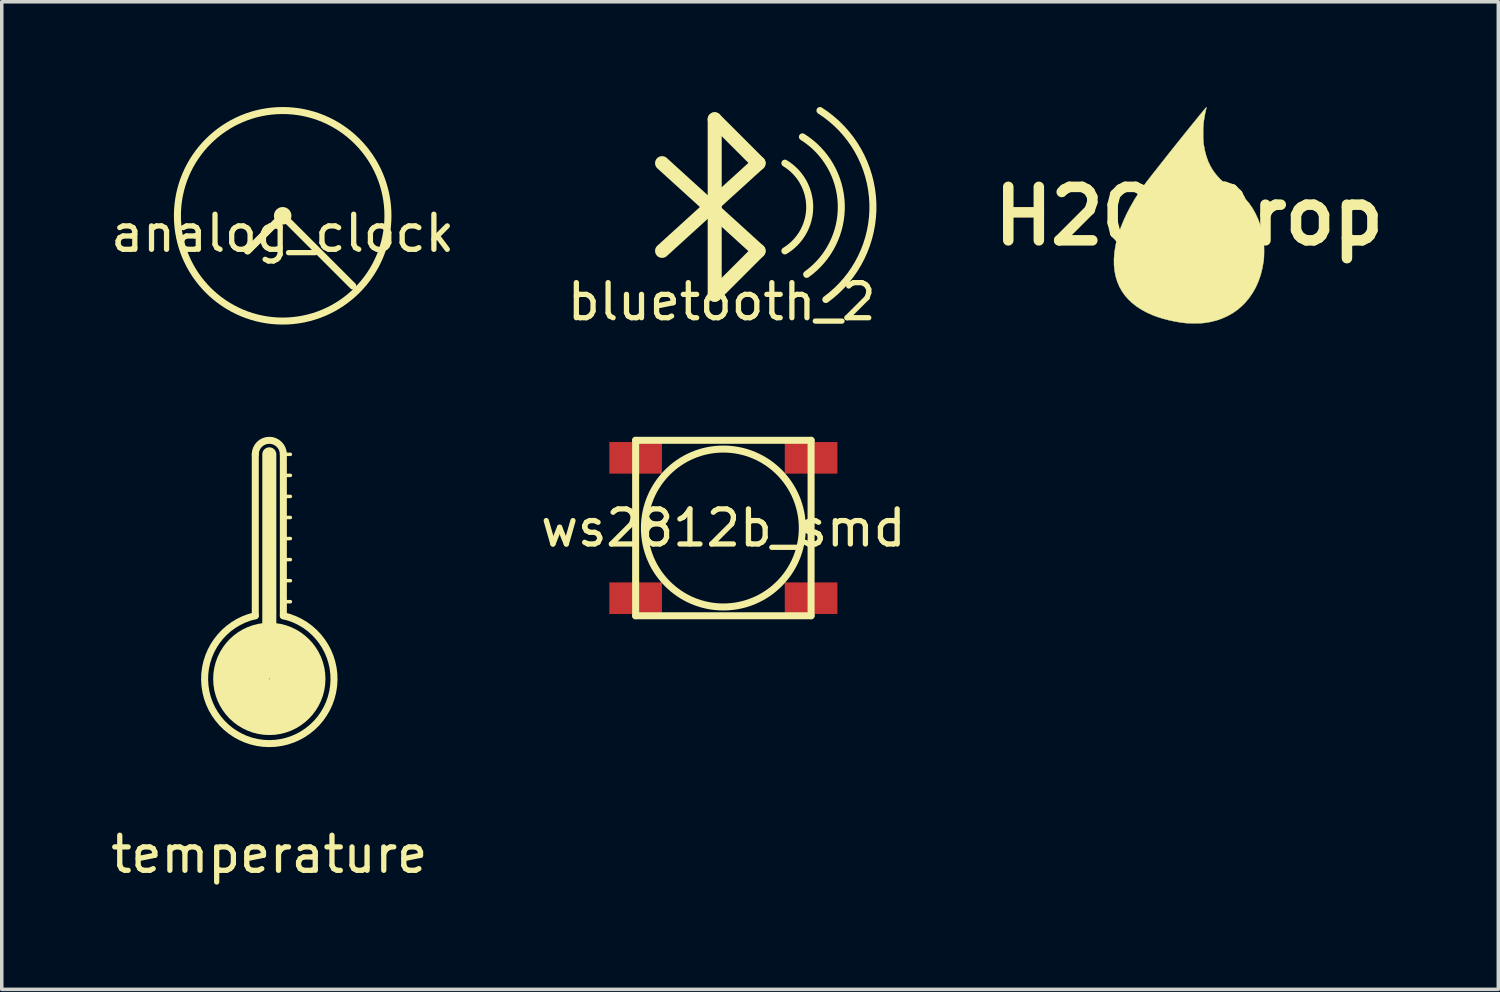
<source format=kicad_pcb>
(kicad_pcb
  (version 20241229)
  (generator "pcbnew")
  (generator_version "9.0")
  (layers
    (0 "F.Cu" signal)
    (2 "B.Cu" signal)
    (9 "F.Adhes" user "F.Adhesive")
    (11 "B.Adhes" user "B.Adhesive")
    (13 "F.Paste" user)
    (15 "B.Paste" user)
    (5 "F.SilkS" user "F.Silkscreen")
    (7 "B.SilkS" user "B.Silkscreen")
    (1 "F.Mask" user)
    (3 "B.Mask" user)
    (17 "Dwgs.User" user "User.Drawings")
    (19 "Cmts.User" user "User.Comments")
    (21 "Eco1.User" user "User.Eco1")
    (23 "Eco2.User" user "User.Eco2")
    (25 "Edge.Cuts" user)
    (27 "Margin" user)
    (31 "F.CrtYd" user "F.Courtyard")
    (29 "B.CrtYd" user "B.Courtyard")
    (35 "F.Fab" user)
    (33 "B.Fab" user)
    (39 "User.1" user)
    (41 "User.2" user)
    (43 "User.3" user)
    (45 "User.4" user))
  (footprint "ws2812b_smd"
    (layer "F.Cu")
    (at 17.565 11.998)
    (property "Reference" "ws2812b_smd" (at 0 0 0) (layer "F.SilkS") (effects (font (size 1 1) (thickness 0.15))))
    (attr through_hole)
    (fp_line (start -2.5 -2.5) (end 2.5 -2.5) (stroke (width 0.2) (type solid)) (layer "F.SilkS"))
    (fp_line (start -2.5 2.5) (end -2.5 -2.5) (stroke (width 0.2) (type solid)) (layer "F.SilkS"))
    (fp_line (start 2.5 -2.5) (end 2.5 2.5) (stroke (width 0.2) (type solid)) (layer "F.SilkS"))
    (fp_line (start 2.5 2.5) (end -2.5 2.5) (stroke (width 0.2) (type solid)) (layer "F.SilkS"))
    (fp_circle (center 0 0) (end 2.25 0) (stroke (width 0.2) (type solid)) (fill no) (layer "F.SilkS"))
    (pad "1" smd rect (at -2.5 -2) (size 1.5 0.9) (layers "F.Cu" "F.Mask" "F.Paste"))
    (pad "2" smd rect (at -2.5 2) (size 1.5 0.9) (layers "F.Cu" "F.Mask" "F.Paste"))
    (pad "3" smd rect (at 2.5 2) (size 1.5 0.9) (layers "F.Cu" "F.Mask" "F.Paste"))
    (pad "4" smd rect (at 2.5 -2) (size 1.5 0.9) (layers "F.Cu" "F.Mask" "F.Paste")))
  (footprint "H2O_Drop"
    (layer "F.Cu")
    (at 30.837 3.11)
    (property "Reference" "H2O_Drop" (at 0 0 0) (layer "F.SilkS") (effects (font (size 1.524 1.524) (thickness 0.3))))
    (attr through_hole)
    (fp_poly (pts (xy 0.496 -3.096) (xy 0.491 -3.076) (xy 0.487 -3.056) (xy 0.475 -3.01) (xy 0.463 -2.952) (xy 0.45 -2.886) (xy 0.438 -2.817) (xy 0.427 -2.749) (xy 0.418 -2.687) (xy 0.412 -2.631) (xy 0.407 -2.563) (xy 0.404 -2.487) (xy 0.403 -2.405) (xy 0.403 -2.322) (xy 0.404 -2.242) (xy 0.407 -2.166) (xy 0.411 -2.1) (xy 0.416 -2.047) (xy 0.418 -2.038) (xy 0.45 -1.867) (xy 0.492 -1.709) (xy 0.544 -1.563) (xy 0.608 -1.427) (xy 0.683 -1.301) (xy 0.771 -1.183) (xy 0.871 -1.072) (xy 0.9 -1.044) (xy 0.951 -0.997) (xy 1.004 -0.953) (xy 1.062 -0.91) (xy 1.128 -0.865) (xy 1.198 -0.821) (xy 1.346 -0.721) (xy 1.479 -0.614) (xy 1.599 -0.497) (xy 1.707 -0.371) (xy 1.803 -0.233) (xy 1.888 -0.083) (xy 1.891 -0.078) (xy 1.956 0.061) (xy 2.011 0.2) (xy 2.055 0.344) (xy 2.092 0.498) (xy 2.118 0.643) (xy 2.126 0.715) (xy 2.133 0.799) (xy 2.137 0.89) (xy 2.138 0.985) (xy 2.137 1.08) (xy 2.134 1.169) (xy 2.128 1.249) (xy 2.122 1.295) (xy 2.087 1.493) (xy 2.039 1.681) (xy 1.977 1.86) (xy 1.902 2.027) (xy 1.813 2.185) (xy 1.712 2.332) (xy 1.598 2.468) (xy 1.514 2.553) (xy 1.386 2.663) (xy 1.248 2.761) (xy 1.099 2.845) (xy 0.942 2.916) (xy 0.777 2.973) (xy 0.605 3.016) (xy 0.427 3.044) (xy 0.394 3.047) (xy 0.345 3.051) (xy 0.284 3.053) (xy 0.214 3.055) (xy 0.14 3.055) (xy 0.066 3.054) (xy -0.003 3.053) (xy -0.063 3.05) (xy -0.097 3.047) (xy -0.244 3.029) (xy -0.399 3.003) (xy -0.556 2.97) (xy -0.711 2.93) (xy -0.86 2.886) (xy -0.998 2.837) (xy -1.016 2.83) (xy -1.187 2.755) (xy -1.345 2.671) (xy -1.49 2.578) (xy -1.62 2.476) (xy -1.737 2.365) (xy -1.839 2.246) (xy -1.915 2.136) (xy -1.989 2.003) (xy -2.048 1.861) (xy -2.093 1.712) (xy -2.123 1.554) (xy -2.139 1.389) (xy -2.14 1.216) (xy -2.126 1.037) (xy -2.097 0.851) (xy -2.066 0.705) (xy -2.015 0.52) (xy -1.949 0.329) (xy -1.87 0.134) (xy -1.779 -0.064) (xy -1.675 -0.264) (xy -1.561 -0.463) (xy -1.437 -0.66) (xy -1.303 -0.853) (xy -1.236 -0.944) (xy -1.194 -0.999) (xy -1.145 -1.062) (xy -1.09 -1.133) (xy -1.029 -1.212) (xy -0.962 -1.297) (xy -0.891 -1.387) (xy -0.816 -1.482) (xy -0.738 -1.581) (xy -0.657 -1.683) (xy -0.575 -1.787) (xy -0.491 -1.893) (xy -0.406 -1.999) (xy -0.321 -2.105) (xy -0.237 -2.21) (xy -0.155 -2.313) (xy -0.074 -2.413) (xy 0.004 -2.509) (xy 0.078 -2.602) (xy 0.149 -2.689) (xy 0.215 -2.77) (xy 0.275 -2.845) (xy 0.33 -2.911) (xy 0.378 -2.969) (xy 0.419 -3.018) (xy 0.452 -3.057) (xy 0.476 -3.085) (xy 0.491 -3.101) (xy 0.496 -3.105) (xy 0.496 -3.096)) (stroke (width 0.01) (type solid)) (fill yes) (layer "F.SilkS")))
  (footprint "bluetooth_2"
    (layer "F.Cu")
    (at 17.318 2.85)
    (property "Reference" "bluetooth_2" (at 0.2 2.7 0) (layer "F.SilkS") (effects (font (size 1 1) (thickness 0.15))))
    (attr through_hole)
    (fp_line (start 0 -2.5) (end 0 2.5) (stroke (width 0.4) (type solid)) (layer "F.SilkS"))
    (fp_line (start 0 -2.5) (end 1.25 -1.25) (stroke (width 0.4) (type solid)) (layer "F.SilkS"))
    (fp_line (start 0 2.5) (end 1.25 1.25) (stroke (width 0.4) (type solid)) (layer "F.SilkS"))
    (fp_line (start 1.25 -1.25) (end -1.5 1.25) (stroke (width 0.4) (type solid)) (layer "F.SilkS"))
    (fp_line (start 1.25 1.25) (end -1.5 -1.25) (stroke (width 0.4) (type solid)) (layer "F.SilkS"))
    (fp_arc (start 2 -1.25) (mid 2.707738 0) (end 2 1.25) (stroke (width 0.2) (type solid)) (layer "F.SilkS"))
    (fp_arc (start 2.5 -2) (mid 3.607375 -0.072689) (end 2.620847 1.919187) (stroke (width 0.2) (type solid)) (layer "F.SilkS"))
    (fp_arc (start 3 -2.75) (mid 4.508032 -0.101141) (end 3.167206 2.636157) (stroke (width 0.2) (type solid)) (layer "F.SilkS")))
  (footprint "analog_clock"
    (layer "F.Cu")
    (at 5.006 3.1)
    (property "Reference" "analog_clock" (at 0 0.5 0) (layer "F.SilkS") (effects (font (size 1 1) (thickness 0.15))))
    (attr through_hole)
    (fp_line (start -1 1) (end 0 0) (stroke (width 0.2) (type solid)) (layer "F.SilkS"))
    (fp_line (start 0 0) (end -1 1) (stroke (width 0.2) (type solid)) (layer "F.SilkS"))
    (fp_line (start 0 0) (end 2 2) (stroke (width 0.2) (type solid)) (layer "F.SilkS"))
    (fp_circle (center 0 0) (end 0.15 0) (stroke (width 0.2) (type solid)) (fill no) (layer "F.SilkS"))
    (fp_circle (center 0 0) (end 3 0) (stroke (width 0.2) (type solid)) (fill no) (layer "F.SilkS")))
  (footprint "temperature"
    (layer "F.Cu")
    (at 4.625 16.298)
    (property "Reference" "temperature" (at 0 5 0) (layer "F.SilkS") (effects (font (size 1 1) (thickness 0.15))))
    (attr through_hole)
    (fp_line (start -0.4 -1.8) (end -0.4 -6.4) (stroke (width 0.2) (type solid)) (layer "F.SilkS"))
    (fp_line (start 0 -1.2) (end 0 -6.4) (stroke (width 0.4) (type solid)) (layer "F.SilkS"))
    (fp_line (start 0.4 -2.2) (end 0.6 -2.2) (stroke (width 0.1) (type solid)) (layer "F.SilkS"))
    (fp_line (start 0.4 -1.8) (end 0.4 -6.4) (stroke (width 0.2) (type solid)) (layer "F.SilkS"))
    (fp_line (start 0.6 -6.4) (end 0.4 -6.4) (stroke (width 0.1) (type solid)) (layer "F.SilkS"))
    (fp_line (start 0.6 -5.8) (end 0.4 -5.8) (stroke (width 0.1) (type solid)) (layer "F.SilkS"))
    (fp_line (start 0.6 -5.2) (end 0.4 -5.2) (stroke (width 0.1) (type solid)) (layer "F.SilkS"))
    (fp_line (start 0.6 -4.6) (end 0.4 -4.6) (stroke (width 0.1) (type solid)) (layer "F.SilkS"))
    (fp_line (start 0.6 -4) (end 0.4 -4) (stroke (width 0.1) (type solid)) (layer "F.SilkS"))
    (fp_line (start 0.6 -3.4) (end 0.4 -3.4) (stroke (width 0.1) (type solid)) (layer "F.SilkS"))
    (fp_line (start 0.6 -2.8) (end 0.4 -2.8) (stroke (width 0.1) (type solid)) (layer "F.SilkS"))
    (fp_arc (start -0.4 -6.4) (mid 0 -6.8) (end 0.4 -6.4) (stroke (width 0.2) (type solid)) (layer "F.SilkS"))
    (fp_arc (start 0.4 -1.8) (mid 0 1.843909) (end -0.4 -1.8) (stroke (width 0.2) (type solid)) (layer "F.SilkS"))
    (fp_circle (center 0 0) (end 0 -1.1) (stroke (width 1) (type solid)) (fill no) (layer "F.SilkS"))
    (fp_circle (center 0 0) (end 0.1 -0.5) (stroke (width 1) (type solid)) (fill no) (layer "F.SilkS")))
  (gr_rect
    (start -3 -3)
    (end 39.65 25.146)
    (stroke (width 0.1) (type default))
    (fill no)
    (layer "Edge.Cuts")))
</source>
